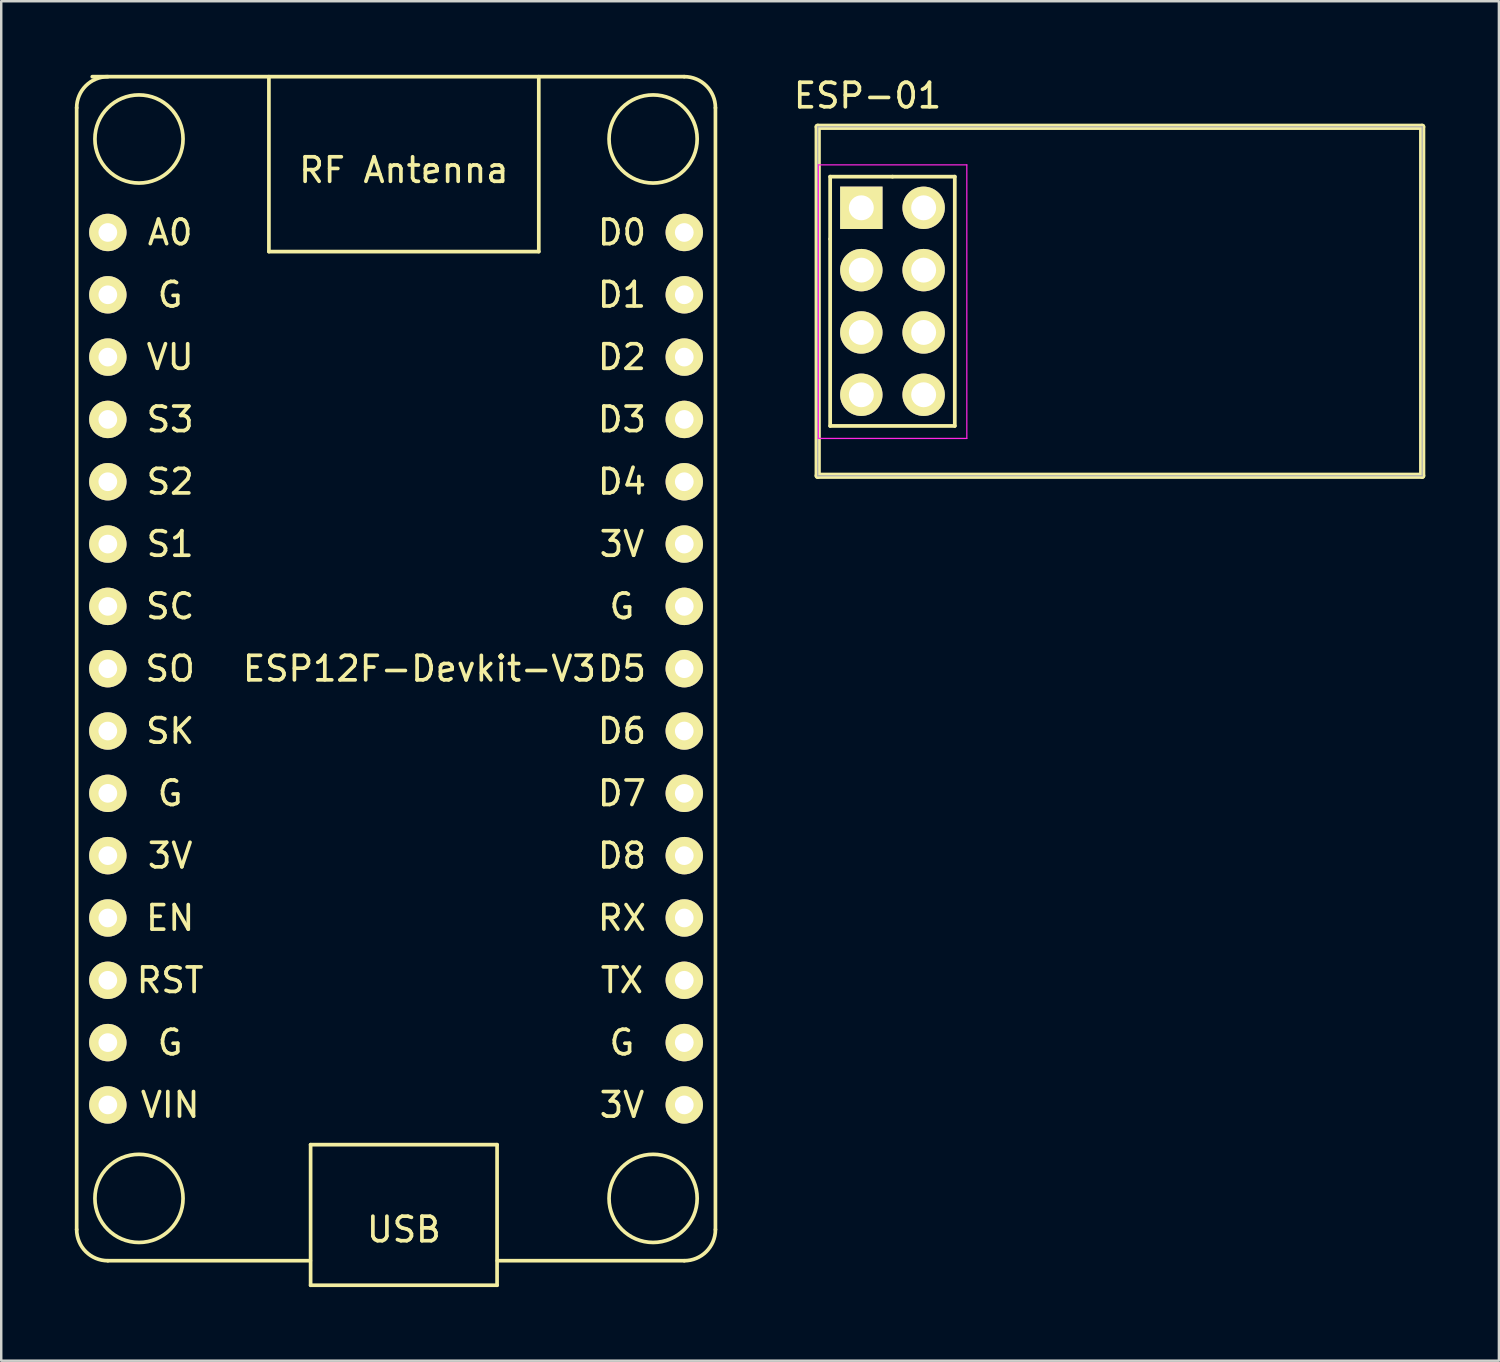
<source format=kicad_pcb>
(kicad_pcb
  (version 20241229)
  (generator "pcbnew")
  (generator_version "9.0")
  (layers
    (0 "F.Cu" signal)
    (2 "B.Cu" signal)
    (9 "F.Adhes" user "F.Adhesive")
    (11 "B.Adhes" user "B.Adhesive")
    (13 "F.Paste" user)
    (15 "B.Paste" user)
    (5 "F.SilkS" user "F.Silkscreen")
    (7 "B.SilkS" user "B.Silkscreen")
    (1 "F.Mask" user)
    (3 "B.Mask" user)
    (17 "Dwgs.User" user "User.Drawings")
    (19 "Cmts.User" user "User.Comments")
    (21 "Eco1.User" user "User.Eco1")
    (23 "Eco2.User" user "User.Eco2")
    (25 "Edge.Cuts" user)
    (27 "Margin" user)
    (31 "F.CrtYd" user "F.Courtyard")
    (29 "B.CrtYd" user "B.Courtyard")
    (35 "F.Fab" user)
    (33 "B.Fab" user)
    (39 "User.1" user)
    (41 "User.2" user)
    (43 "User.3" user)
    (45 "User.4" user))
  (footprint "ESP-01"
    (layer "F.Cu")
    (at 32.056 5.42)
    (property "Reference" "ESP-01" (at 0.254 -4.572 0) (layer "F.SilkS") (effects (font (size 1 1) (thickness 0.15))))
    (attr through_hole)
    (fp_line (start -1.778 -3.302) (end 22.86 -3.302) (stroke (width 0.254) (type solid)) (layer "F.SilkS"))
    (fp_line (start -1.778 10.922) (end -1.778 -3.302) (stroke (width 0.254) (type solid)) (layer "F.SilkS"))
    (fp_line (start -1.27 -1.27) (end -1.27 1.27) (stroke (width 0.152) (type solid)) (layer "F.SilkS"))
    (fp_line (start -1.27 1.27) (end -1.27 8.89) (stroke (width 0.152) (type solid)) (layer "F.SilkS"))
    (fp_line (start -1.27 8.89) (end 3.81 8.89) (stroke (width 0.152) (type solid)) (layer "F.SilkS"))
    (fp_line (start 1.27 -1.27) (end -1.27 -1.27) (stroke (width 0.152) (type solid)) (layer "F.SilkS"))
    (fp_line (start 3.81 -1.27) (end 1.27 -1.27) (stroke (width 0.152) (type solid)) (layer "F.SilkS"))
    (fp_line (start 3.81 8.89) (end 3.81 -1.27) (stroke (width 0.152) (type solid)) (layer "F.SilkS"))
    (fp_line (start 22.86 -3.302) (end 22.86 10.922) (stroke (width 0.254) (type solid)) (layer "F.SilkS"))
    (fp_line (start 22.86 10.922) (end -1.778 10.922) (stroke (width 0.254) (type solid)) (layer "F.SilkS"))
    (fp_line (start -1.75 -1.75) (end -1.75 9.4) (stroke (width 0.05) (type solid)) (layer "F.CrtYd"))
    (fp_line (start -1.75 -1.75) (end 4.3 -1.75) (stroke (width 0.05) (type solid)) (layer "F.CrtYd"))
    (fp_line (start -1.75 9.4) (end 4.3 9.4) (stroke (width 0.05) (type solid)) (layer "F.CrtYd"))
    (fp_line (start 4.3 -1.75) (end 4.3 9.4) (stroke (width 0.05) (type solid)) (layer "F.CrtYd"))
    (fp_line (start -1.778 -3.302) (end 22.86 -3.302) (stroke (width 0.05) (type solid)) (layer "F.Fab"))
    (fp_line (start -1.778 10.922) (end -1.778 -3.302) (stroke (width 0.05) (type solid)) (layer "F.Fab"))
    (fp_line (start 22.86 -3.302) (end 22.86 10.922) (stroke (width 0.05) (type solid)) (layer "F.Fab"))
    (fp_line (start 22.86 10.922) (end -1.778 10.922) (stroke (width 0.05) (type solid)) (layer "F.Fab"))
    (pad "1" thru_hole rect (at 0 0) (size 1.727 1.727) (drill 1.016) (layers "*.Cu" "*.Mask" "F.SilkS"))
    (pad "2" thru_hole oval (at 2.54 0) (size 1.727 1.727) (drill 1.016) (layers "*.Cu" "*.Mask" "F.SilkS"))
    (pad "3" thru_hole oval (at 0 2.54) (size 1.727 1.727) (drill 1.016) (layers "*.Cu" "*.Mask" "F.SilkS"))
    (pad "4" thru_hole oval (at 2.54 2.54) (size 1.727 1.727) (drill 1.016) (layers "*.Cu" "*.Mask" "F.SilkS"))
    (pad "5" thru_hole oval (at 0 5.08) (size 1.727 1.727) (drill 1.016) (layers "*.Cu" "*.Mask" "F.SilkS"))
    (pad "6" thru_hole oval (at 2.54 5.08) (size 1.727 1.727) (drill 1.016) (layers "*.Cu" "*.Mask" "F.SilkS"))
    (pad "7" thru_hole oval (at 0 7.62) (size 1.727 1.727) (drill 1.016) (layers "*.Cu" "*.Mask" "F.SilkS"))
    (pad "8" thru_hole oval (at 2.54 7.62) (size 1.727 1.727) (drill 1.016) (layers "*.Cu" "*.Mask" "F.SilkS")))
  (footprint "ESP12F-Devkit-V3"
    (layer "F.Cu")
    (at 13.41 25.475)
    (property "Reference" "ESP12F-Devkit-V3" (at 0.635 -1.27 0) (layer "F.SilkS") (effects (font (size 1 1) (thickness 0.15))))
    (attr through_hole)
    (fp_line (start -13.335 -24.13) (end -13.335 21.59) (stroke (width 0.15) (type solid)) (layer "F.SilkS"))
    (fp_line (start -5.5 -18.27) (end -5.5 -25.4) (stroke (width 0.15) (type solid)) (layer "F.SilkS"))
    (fp_line (start -3.81 22.86) (end -12.065 22.86) (stroke (width 0.15) (type solid)) (layer "F.SilkS"))
    (fp_line (start -3.8 18.13) (end 3.8 18.13) (stroke (width 0.15) (type solid)) (layer "F.SilkS"))
    (fp_line (start -3.8 23.86) (end -3.8 18.13) (stroke (width 0.15) (type solid)) (layer "F.SilkS"))
    (fp_line (start 3.8 18.13) (end 3.8 23.86) (stroke (width 0.15) (type solid)) (layer "F.SilkS"))
    (fp_line (start 3.8 23.86) (end -3.8 23.86) (stroke (width 0.15) (type solid)) (layer "F.SilkS"))
    (fp_line (start 5.5 -25.4) (end 5.5 -18.27) (stroke (width 0.15) (type solid)) (layer "F.SilkS"))
    (fp_line (start 5.5 -18.27) (end -5.5 -18.27) (stroke (width 0.15) (type solid)) (layer "F.SilkS"))
    (fp_line (start 11.43 -25.4) (end -12.7 -25.4) (stroke (width 0.15) (type solid)) (layer "F.SilkS"))
    (fp_line (start 11.43 22.86) (end 3.81 22.86) (stroke (width 0.15) (type solid)) (layer "F.SilkS"))
    (fp_line (start 12.7 -24.13) (end 12.7 21.59) (stroke (width 0.15) (type solid)) (layer "F.SilkS"))
    (fp_arc (start -13.335 -24.13) (mid -12.963026 -25.028026) (end -12.065 -25.4) (stroke (width 0.15) (type solid)) (layer "F.SilkS"))
    (fp_arc (start -12.065 22.86) (mid -12.963026 22.488026) (end -13.335 21.59) (stroke (width 0.15) (type solid)) (layer "F.SilkS"))
    (fp_arc (start 11.43 -25.4) (mid 12.328026 -25.028026) (end 12.7 -24.13) (stroke (width 0.15) (type solid)) (layer "F.SilkS"))
    (fp_arc (start 12.7 21.59) (mid 12.328026 22.488026) (end 11.43 22.86) (stroke (width 0.15) (type solid)) (layer "F.SilkS"))
    (fp_circle (center -10.795 -22.86) (end -9.525 -24.13) (stroke (width 0.15) (type solid)) (fill no) (layer "F.SilkS"))
    (fp_circle (center -10.795 20.32) (end -9.525 19.05) (stroke (width 0.15) (type solid)) (fill no) (layer "F.SilkS"))
    (fp_circle (center 10.16 -22.86) (end 11.43 -24.13) (stroke (width 0.15) (type solid)) (fill no) (layer "F.SilkS"))
    (fp_circle (center 10.16 20.32) (end 11.43 19.05) (stroke (width 0.15) (type solid)) (fill no) (layer "F.SilkS"))
    (fp_text user "SO" (at -9.525 -1.27 0) (layer "F.SilkS") (effects (font (size 1 1) (thickness 0.15))))
    (fp_text user "RST" (at -9.525 11.43 0) (layer "F.SilkS") (effects (font (size 1 1) (thickness 0.15))))
    (fp_text user "S2" (at -9.525 -8.89 0) (layer "F.SilkS") (effects (font (size 1 1) (thickness 0.15))))
    (fp_text user "A0" (at -9.525 -19.05 0) (layer "F.SilkS") (effects (font (size 1 1) (thickness 0.15))))
    (fp_text user "SC" (at -9.525 -3.81 0) (layer "F.SilkS") (effects (font (size 1 1) (thickness 0.15))))
    (fp_text user "D0" (at 8.89 -19.05 0) (layer "F.SilkS") (effects (font (size 1 1) (thickness 0.15))))
    (fp_text user "S3" (at -9.525 -11.43 0) (layer "F.SilkS") (effects (font (size 1 1) (thickness 0.15))))
    (fp_text user "3V" (at 8.89 16.51 0) (layer "F.SilkS") (effects (font (size 1 1) (thickness 0.15))))
    (fp_text user "VIN" (at -9.525 16.51 0) (layer "F.SilkS") (effects (font (size 1 1) (thickness 0.15))))
    (fp_text user "D7" (at 8.89 3.81 0) (layer "F.SilkS") (effects (font (size 1 1) (thickness 0.15))))
    (fp_text user "G" (at 8.89 -3.81 0) (layer "F.SilkS") (effects (font (size 1 1) (thickness 0.15))))
    (fp_text user "G" (at 8.89 13.97 0) (layer "F.SilkS") (effects (font (size 1 1) (thickness 0.15))))
    (fp_text user "G" (at -9.525 13.97 0) (layer "F.SilkS") (effects (font (size 1 1) (thickness 0.15))))
    (fp_text user "D8" (at 8.89 6.35 0) (layer "F.SilkS") (effects (font (size 1 1) (thickness 0.15))))
    (fp_text user "D4" (at 8.89 -8.89 0) (layer "F.SilkS") (effects (font (size 1 1) (thickness 0.15))))
    (fp_text user "SK" (at -9.525 1.27 0) (layer "F.SilkS") (effects (font (size 1 1) (thickness 0.15))))
    (fp_text user "D5" (at 8.89 -1.27 0) (layer "F.SilkS") (effects (font (size 1 1) (thickness 0.15))))
    (fp_text user "3V" (at 8.89 -6.35 0) (layer "F.SilkS") (effects (font (size 1 1) (thickness 0.15))))
    (fp_text user "RF Antenna" (at 0 -21.59 0) (layer "F.SilkS") (effects (font (size 1 1) (thickness 0.15))))
    (fp_text user "G" (at -9.525 -16.51 0) (layer "F.SilkS") (effects (font (size 1 1) (thickness 0.15))))
    (fp_text user "S1" (at -9.525 -6.35 0) (layer "F.SilkS") (effects (font (size 1 1) (thickness 0.15))))
    (fp_text user "D2" (at 8.89 -13.97 0) (layer "F.SilkS") (effects (font (size 1 1) (thickness 0.15))))
    (fp_text user "TX" (at 8.89 11.43 0) (layer "F.SilkS") (effects (font (size 1 1) (thickness 0.15))))
    (fp_text user "D6" (at 8.89 1.27 0) (layer "F.SilkS") (effects (font (size 1 1) (thickness 0.15))))
    (fp_text user "USB" (at 0 21.59 0) (layer "F.SilkS") (effects (font (size 1 1) (thickness 0.15))))
    (fp_text user "RX" (at 8.89 8.89 0) (layer "F.SilkS") (effects (font (size 1 1) (thickness 0.15))))
    (fp_text user "D1" (at 8.89 -16.51 0) (layer "F.SilkS") (effects (font (size 1 1) (thickness 0.15))))
    (fp_text user "VU" (at -9.525 -13.97 0) (layer "F.SilkS") (effects (font (size 1 1) (thickness 0.15))))
    (fp_text user "D3" (at 8.89 -11.43 0) (layer "F.SilkS") (effects (font (size 1 1) (thickness 0.15))))
    (fp_text user "EN" (at -9.525 8.89 0) (layer "F.SilkS") (effects (font (size 1 1) (thickness 0.15))))
    (fp_text user "G" (at -9.525 3.81 0) (layer "F.SilkS") (effects (font (size 1 1) (thickness 0.15))))
    (fp_text user "3V" (at -9.525 6.35 0) (layer "F.SilkS") (effects (font (size 1 1) (thickness 0.15))))
    (pad "1" thru_hole circle (at -12.065 -19.05) (size 1.524 1.524) (drill 0.762) (layers "*.Cu" "*.Mask" "F.SilkS"))
    (pad "2" thru_hole circle (at -12.065 -16.51) (size 1.524 1.524) (drill 0.762) (layers "*.Cu" "*.Mask" "F.SilkS"))
    (pad "3" thru_hole circle (at -12.065 -13.97) (size 1.524 1.524) (drill 0.762) (layers "*.Cu" "*.Mask" "F.SilkS"))
    (pad "4" thru_hole circle (at -12.065 -11.43) (size 1.524 1.524) (drill 0.762) (layers "*.Cu" "*.Mask" "F.SilkS"))
    (pad "5" thru_hole circle (at -12.065 -8.89) (size 1.524 1.524) (drill 0.762) (layers "*.Cu" "*.Mask" "F.SilkS"))
    (pad "6" thru_hole circle (at -12.065 -6.35) (size 1.524 1.524) (drill 0.762) (layers "*.Cu" "*.Mask" "F.SilkS"))
    (pad "7" thru_hole circle (at -12.065 -3.81) (size 1.524 1.524) (drill 0.762) (layers "*.Cu" "*.Mask" "F.SilkS"))
    (pad "8" thru_hole circle (at -12.065 -1.27) (size 1.524 1.524) (drill 0.762) (layers "*.Cu" "*.Mask" "F.SilkS"))
    (pad "9" thru_hole circle (at -12.065 1.27) (size 1.524 1.524) (drill 0.762) (layers "*.Cu" "*.Mask" "F.SilkS"))
    (pad "10" thru_hole circle (at -12.065 3.81) (size 1.524 1.524) (drill 0.762) (layers "*.Cu" "*.Mask" "F.SilkS"))
    (pad "11" thru_hole circle (at -12.065 6.35) (size 1.524 1.524) (drill 0.762) (layers "*.Cu" "*.Mask" "F.SilkS"))
    (pad "12" thru_hole circle (at -12.065 8.89) (size 1.524 1.524) (drill 0.762) (layers "*.Cu" "*.Mask" "F.SilkS"))
    (pad "13" thru_hole circle (at -12.065 11.43) (size 1.524 1.524) (drill 0.762) (layers "*.Cu" "*.Mask" "F.SilkS"))
    (pad "14" thru_hole circle (at -12.065 13.97) (size 1.524 1.524) (drill 0.762) (layers "*.Cu" "*.Mask" "F.SilkS"))
    (pad "15" thru_hole circle (at -12.065 16.51) (size 1.524 1.524) (drill 0.762) (layers "*.Cu" "*.Mask" "F.SilkS"))
    (pad "16" thru_hole circle (at 11.43 16.51) (size 1.524 1.524) (drill 0.762) (layers "*.Cu" "*.Mask" "F.SilkS"))
    (pad "17" thru_hole circle (at 11.43 13.97) (size 1.524 1.524) (drill 0.762) (layers "*.Cu" "*.Mask" "F.SilkS"))
    (pad "18" thru_hole circle (at 11.43 11.43) (size 1.524 1.524) (drill 0.762) (layers "*.Cu" "*.Mask" "F.SilkS"))
    (pad "19" thru_hole circle (at 11.43 8.89) (size 1.524 1.524) (drill 0.762) (layers "*.Cu" "*.Mask" "F.SilkS"))
    (pad "20" thru_hole circle (at 11.43 6.35) (size 1.524 1.524) (drill 0.762) (layers "*.Cu" "*.Mask" "F.SilkS"))
    (pad "21" thru_hole circle (at 11.43 3.81) (size 1.524 1.524) (drill 0.762) (layers "*.Cu" "*.Mask" "F.SilkS"))
    (pad "22" thru_hole circle (at 11.43 1.27) (size 1.524 1.524) (drill 0.762) (layers "*.Cu" "*.Mask" "F.SilkS"))
    (pad "23" thru_hole circle (at 11.43 -1.27) (size 1.524 1.524) (drill 0.762) (layers "*.Cu" "*.Mask" "F.SilkS"))
    (pad "24" thru_hole circle (at 11.43 -3.81) (size 1.524 1.524) (drill 0.762) (layers "*.Cu" "*.Mask" "F.SilkS"))
    (pad "25" thru_hole circle (at 11.43 -6.35) (size 1.524 1.524) (drill 0.762) (layers "*.Cu" "*.Mask" "F.SilkS"))
    (pad "26" thru_hole circle (at 11.43 -8.89) (size 1.524 1.524) (drill 0.762) (layers "*.Cu" "*.Mask" "F.SilkS"))
    (pad "27" thru_hole circle (at 11.43 -11.43) (size 1.524 1.524) (drill 0.762) (layers "*.Cu" "*.Mask" "F.SilkS"))
    (pad "28" thru_hole circle (at 11.43 -13.97) (size 1.524 1.524) (drill 0.762) (layers "*.Cu" "*.Mask" "F.SilkS"))
    (pad "29" thru_hole circle (at 11.43 -16.51) (size 1.524 1.524) (drill 0.762) (layers "*.Cu" "*.Mask" "F.SilkS"))
    (pad "30" thru_hole circle (at 11.43 -19.05) (size 1.524 1.524) (drill 0.762) (layers "*.Cu" "*.Mask" "F.SilkS")))
  (gr_rect
    (start -3 -3)
    (end 58.043 52.41)
    (stroke (width 0.1) (type default))
    (fill no)
    (layer "Edge.Cuts")))
</source>
